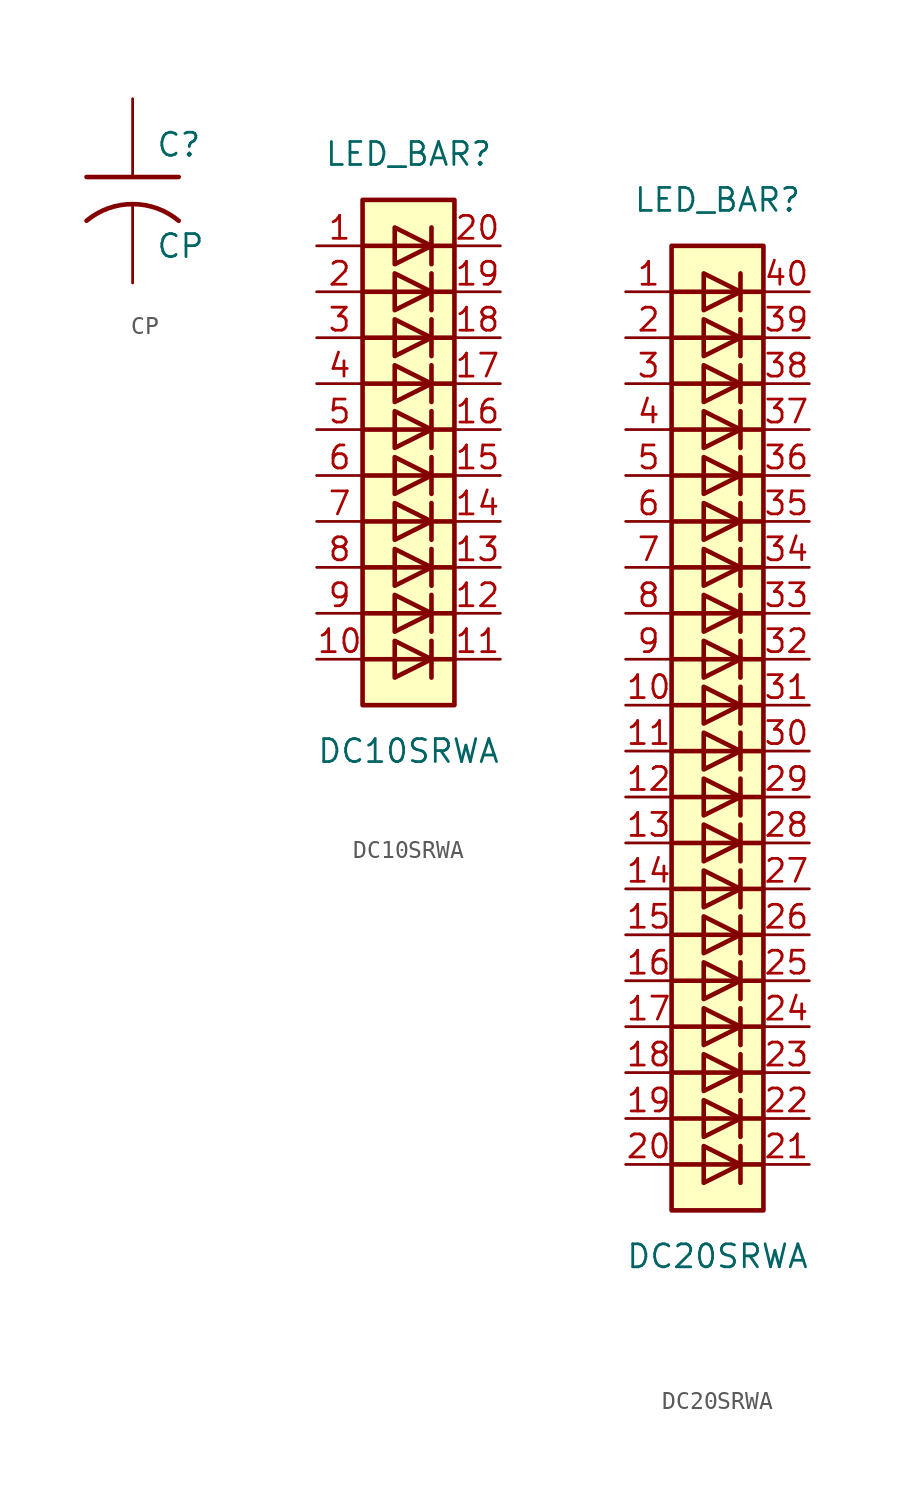
<source format=kicad_sym>
(kicad_symbol_lib
  (version 20211014)
  (generator kicad_symbol_editor)
  (symbol "CP"
    (pin_numbers hide)
    (pin_names
      (offset 0.254))
    (property "Reference" "C"
      (at 1.27 2.54 0)
      (effects (font (size 1.27 1.27)) (justify left)))
    (property "Value" "CP"
      (at 1.27 -3.048 0)
      (effects (font (size 1.27 1.27)) (justify left)))
    (property "Footprint" ""
      (at 0 0 0)
      (effects (font (size 1.524 1.524))))
    (property "Datasheet" ""
      (at 0 0 0)
      (effects (font (size 1.524 1.524))))
    (symbol "CP_0_1"
      (polyline (pts (xy -2.54 0.762) (xy 2.54 0.762)) (stroke (width 0.254) (type default) (color 0 0 0 0)) (fill (type none)))
      (arc (start 2.54 -1.651) (mid 0 -0.7314) (end -2.54 -1.651) (stroke (width 0.254) (type default) (color 0 0 0 0)) (fill (type none))))
    (symbol "CP_1_1"
      (pin passive line (at 0 5.08 270) (length 4.318) (name "~" (effects (font (size 1.016 1.016)))) (number "1" (effects (font (size 1.016 1.016)))))
      (pin passive line (at 0 -5.08 90) (length 4.318) (name "~" (effects (font (size 1.016 1.016)))) (number "2" (effects (font (size 1.016 1.016)))))))
  (symbol "DC10SRWA"
    (pin_names
      (offset 1.016) hide)
    (property "Reference" "LED_BAR"
      (at 0 15.24 0)
      (effects (font (size 1.27 1.27))))
    (property "Value" "DC10SRWA"
      (at 0 -17.78 0)
      (effects (font (size 1.27 1.27))))
    (symbol "DC10SRWA_0_1"
      (rectangle (start -2.54 12.7) (end 2.54 -15.24) (stroke (width 0.254) (type default) (color 0 0 0 0)) (fill (type background)))
      (polyline (pts (xy -2.54 -12.7) (xy 2.54 -12.7)) (stroke (width 0.254) (type default) (color 0 0 0 0)) (fill (type none)))
      (polyline (pts (xy -2.54 -10.16) (xy 2.54 -10.16)) (stroke (width 0.254) (type default) (color 0 0 0 0)) (fill (type none)))
      (polyline (pts (xy -2.54 -7.62) (xy 2.54 -7.62)) (stroke (width 0.254) (type default) (color 0 0 0 0)) (fill (type none)))
      (polyline (pts (xy -2.54 -5.08) (xy 2.54 -5.08)) (stroke (width 0.254) (type default) (color 0 0 0 0)) (fill (type none)))
      (polyline (pts (xy -2.54 0) (xy 2.54 0)) (stroke (width 0.254) (type default) (color 0 0 0 0)) (fill (type none)))
      (polyline (pts (xy -2.54 5.08) (xy 2.54 5.08)) (stroke (width 0.254) (type default) (color 0 0 0 0)) (fill (type none)))
      (polyline (pts (xy -2.54 7.62) (xy 2.54 7.62)) (stroke (width 0.254) (type default) (color 0 0 0 0)) (fill (type none)))
      (polyline (pts (xy -2.54 10.16) (xy 2.54 10.16)) (stroke (width 0.254) (type default) (color 0 0 0 0)) (fill (type none)))
      (polyline (pts (xy 1.27 -11.684) (xy 1.27 -13.716)) (stroke (width 0.254) (type default) (color 0 0 0 0)) (fill (type none)))
      (polyline (pts (xy 1.27 -9.144) (xy 1.27 -11.176)) (stroke (width 0.254) (type default) (color 0 0 0 0)) (fill (type none)))
      (polyline (pts (xy 1.27 -6.604) (xy 1.27 -8.636)) (stroke (width 0.254) (type default) (color 0 0 0 0)) (fill (type none)))
      (polyline (pts (xy 1.27 -4.064) (xy 1.27 -6.096)) (stroke (width 0.254) (type default) (color 0 0 0 0)) (fill (type none)))
      (polyline (pts (xy 1.27 -1.524) (xy 1.27 -3.556)) (stroke (width 0.254) (type default) (color 0 0 0 0)) (fill (type none)))
      (polyline (pts (xy 1.27 1.016) (xy 1.27 -1.016)) (stroke (width 0.254) (type default) (color 0 0 0 0)) (fill (type none)))
      (polyline (pts (xy 1.27 3.556) (xy 1.27 1.524)) (stroke (width 0.254) (type default) (color 0 0 0 0)) (fill (type none)))
      (polyline (pts (xy 1.27 6.096) (xy 1.27 4.064)) (stroke (width 0.254) (type default) (color 0 0 0 0)) (fill (type none)))
      (polyline (pts (xy 1.27 8.636) (xy 1.27 6.604)) (stroke (width 0.254) (type default) (color 0 0 0 0)) (fill (type none)))
      (polyline (pts (xy 1.27 11.176) (xy 1.27 9.144)) (stroke (width 0.254) (type default) (color 0 0 0 0)) (fill (type none)))
      (polyline (pts (xy 2.54 -2.54) (xy -2.54 -2.54)) (stroke (width 0.254) (type default) (color 0 0 0 0)) (fill (type none)))
      (polyline (pts (xy 2.54 2.54) (xy -2.54 2.54)) (stroke (width 0.254) (type default) (color 0 0 0 0)) (fill (type none)))
      (polyline (pts (xy -0.762 -11.684) (xy -0.762 -13.716) (xy 1.27 -12.7) (xy -0.762 -11.684)) (stroke (width 0.254) (type default) (color 0 0 0 0)) (fill (type none)))
      (polyline (pts (xy -0.762 -9.144) (xy -0.762 -11.176) (xy 1.27 -10.16) (xy -0.762 -9.144)) (stroke (width 0.254) (type default) (color 0 0 0 0)) (fill (type none)))
      (polyline (pts (xy -0.762 -6.604) (xy -0.762 -8.636) (xy 1.27 -7.62) (xy -0.762 -6.604)) (stroke (width 0.254) (type default) (color 0 0 0 0)) (fill (type none)))
      (polyline (pts (xy -0.762 -4.064) (xy -0.762 -6.096) (xy 1.27 -5.08) (xy -0.762 -4.064)) (stroke (width 0.254) (type default) (color 0 0 0 0)) (fill (type none)))
      (polyline (pts (xy -0.762 -1.524) (xy -0.762 -3.556) (xy 1.27 -2.54) (xy -0.762 -1.524)) (stroke (width 0.254) (type default) (color 0 0 0 0)) (fill (type none)))
      (polyline (pts (xy -0.762 1.016) (xy -0.762 -1.016) (xy 1.27 0) (xy -0.762 1.016)) (stroke (width 0.254) (type default) (color 0 0 0 0)) (fill (type none)))
      (polyline (pts (xy -0.762 3.556) (xy -0.762 1.524) (xy 1.27 2.54) (xy -0.762 3.556)) (stroke (width 0.254) (type default) (color 0 0 0 0)) (fill (type none)))
      (polyline (pts (xy -0.762 6.096) (xy -0.762 4.064) (xy 1.27 5.08) (xy -0.762 6.096)) (stroke (width 0.254) (type default) (color 0 0 0 0)) (fill (type none)))
      (polyline (pts (xy -0.762 8.636) (xy -0.762 6.604) (xy 1.27 7.62) (xy -0.762 8.636)) (stroke (width 0.254) (type default) (color 0 0 0 0)) (fill (type none)))
      (polyline (pts (xy -0.762 11.176) (xy -0.762 9.144) (xy 1.27 10.16) (xy -0.762 11.176)) (stroke (width 0.254) (type default) (color 0 0 0 0)) (fill (type none))))
    (symbol "DC10SRWA_1_1"
      (pin passive line (at -5.08 10.16 0) (length 2.54) (name "A" (effects (font (size 1.27 1.27)))) (number "1" (effects (font (size 1.27 1.27)))))
      (pin passive line (at -5.08 -12.7 0) (length 2.54) (name "A" (effects (font (size 1.27 1.27)))) (number "10" (effects (font (size 1.27 1.27)))))
      (pin passive line (at 5.08 -12.7 180) (length 2.54) (name "K" (effects (font (size 1.27 1.27)))) (number "11" (effects (font (size 1.27 1.27)))))
      (pin passive line (at 5.08 -10.16 180) (length 2.54) (name "K" (effects (font (size 1.27 1.27)))) (number "12" (effects (font (size 1.27 1.27)))))
      (pin passive line (at 5.08 -7.62 180) (length 2.54) (name "K" (effects (font (size 1.27 1.27)))) (number "13" (effects (font (size 1.27 1.27)))))
      (pin passive line (at 5.08 -5.08 180) (length 2.54) (name "K" (effects (font (size 1.27 1.27)))) (number "14" (effects (font (size 1.27 1.27)))))
      (pin passive line (at 5.08 -2.54 180) (length 2.54) (name "K" (effects (font (size 1.27 1.27)))) (number "15" (effects (font (size 1.27 1.27)))))
      (pin passive line (at 5.08 0 180) (length 2.54) (name "K" (effects (font (size 1.27 1.27)))) (number "16" (effects (font (size 1.27 1.27)))))
      (pin passive line (at 5.08 2.54 180) (length 2.54) (name "K" (effects (font (size 1.27 1.27)))) (number "17" (effects (font (size 1.27 1.27)))))
      (pin passive line (at 5.08 5.08 180) (length 2.54) (name "K" (effects (font (size 1.27 1.27)))) (number "18" (effects (font (size 1.27 1.27)))))
      (pin passive line (at 5.08 7.62 180) (length 2.54) (name "K" (effects (font (size 1.27 1.27)))) (number "19" (effects (font (size 1.27 1.27)))))
      (pin passive line (at -5.08 7.62 0) (length 2.54) (name "A" (effects (font (size 1.27 1.27)))) (number "2" (effects (font (size 1.27 1.27)))))
      (pin passive line (at 5.08 10.16 180) (length 2.54) (name "K" (effects (font (size 1.27 1.27)))) (number "20" (effects (font (size 1.27 1.27)))))
      (pin passive line (at -5.08 5.08 0) (length 2.54) (name "A" (effects (font (size 1.27 1.27)))) (number "3" (effects (font (size 1.27 1.27)))))
      (pin passive line (at -5.08 2.54 0) (length 2.54) (name "A" (effects (font (size 1.27 1.27)))) (number "4" (effects (font (size 1.27 1.27)))))
      (pin passive line (at -5.08 0 0) (length 2.54) (name "A" (effects (font (size 1.27 1.27)))) (number "5" (effects (font (size 1.27 1.27)))))
      (pin passive line (at -5.08 -2.54 0) (length 2.54) (name "A" (effects (font (size 1.27 1.27)))) (number "6" (effects (font (size 1.27 1.27)))))
      (pin passive line (at -5.08 -5.08 0) (length 2.54) (name "A" (effects (font (size 1.27 1.27)))) (number "7" (effects (font (size 1.27 1.27)))))
      (pin passive line (at -5.08 -7.62 0) (length 2.54) (name "A" (effects (font (size 1.27 1.27)))) (number "8" (effects (font (size 1.27 1.27)))))
      (pin passive line (at -5.08 -10.16 0) (length 2.54) (name "A" (effects (font (size 1.27 1.27)))) (number "9" (effects (font (size 1.27 1.27)))))))
  (symbol "DC20SRWA"
    (pin_names
      (offset 1.016) hide)
    (property "Reference" "LED_BAR"
      (at 0 29.21 0)
      (effects (font (size 1.27 1.27))))
    (property "Value" "DC20SRWA"
      (at 0 -29.21 0)
      (effects (font (size 1.27 1.27))))
    (symbol "DC20SRWA_0_1"
      (rectangle (start -2.54 26.67) (end 2.54 -26.67) (stroke (width 0.254) (type default) (color 0 0 0 0)) (fill (type background)))
      (polyline (pts (xy -2.54 -24.13) (xy 2.54 -24.13)) (stroke (width 0.254) (type default) (color 0 0 0 0)) (fill (type none)))
      (polyline (pts (xy -2.54 -21.59) (xy 2.54 -21.59)) (stroke (width 0.254) (type default) (color 0 0 0 0)) (fill (type none)))
      (polyline (pts (xy -2.54 -19.05) (xy 2.54 -19.05)) (stroke (width 0.254) (type default) (color 0 0 0 0)) (fill (type none)))
      (polyline (pts (xy -2.54 -16.51) (xy 2.54 -16.51)) (stroke (width 0.254) (type default) (color 0 0 0 0)) (fill (type none)))
      (polyline (pts (xy -2.54 -11.43) (xy 2.54 -11.43)) (stroke (width 0.254) (type default) (color 0 0 0 0)) (fill (type none)))
      (polyline (pts (xy -2.54 -6.35) (xy 2.54 -6.35)) (stroke (width 0.254) (type default) (color 0 0 0 0)) (fill (type none)))
      (polyline (pts (xy -2.54 -3.81) (xy 2.54 -3.81)) (stroke (width 0.254) (type default) (color 0 0 0 0)) (fill (type none)))
      (polyline (pts (xy -2.54 -1.27) (xy 2.54 -1.27)) (stroke (width 0.254) (type default) (color 0 0 0 0)) (fill (type none)))
      (polyline (pts (xy -2.54 1.27) (xy 2.54 1.27)) (stroke (width 0.254) (type default) (color 0 0 0 0)) (fill (type none)))
      (polyline (pts (xy -2.54 3.81) (xy 2.54 3.81)) (stroke (width 0.254) (type default) (color 0 0 0 0)) (fill (type none)))
      (polyline (pts (xy -2.54 6.35) (xy 2.54 6.35)) (stroke (width 0.254) (type default) (color 0 0 0 0)) (fill (type none)))
      (polyline (pts (xy -2.54 8.89) (xy 2.54 8.89)) (stroke (width 0.254) (type default) (color 0 0 0 0)) (fill (type none)))
      (polyline (pts (xy -2.54 13.97) (xy 2.54 13.97)) (stroke (width 0.254) (type default) (color 0 0 0 0)) (fill (type none)))
      (polyline (pts (xy -2.54 19.05) (xy 2.54 19.05)) (stroke (width 0.254) (type default) (color 0 0 0 0)) (fill (type none)))
      (polyline (pts (xy -2.54 21.59) (xy 2.54 21.59)) (stroke (width 0.254) (type default) (color 0 0 0 0)) (fill (type none)))
      (polyline (pts (xy -2.54 24.13) (xy 2.54 24.13)) (stroke (width 0.254) (type default) (color 0 0 0 0)) (fill (type none)))
      (polyline (pts (xy 1.27 -23.114) (xy 1.27 -25.146)) (stroke (width 0.254) (type default) (color 0 0 0 0)) (fill (type none)))
      (polyline (pts (xy 1.27 -20.574) (xy 1.27 -22.606)) (stroke (width 0.254) (type default) (color 0 0 0 0)) (fill (type none)))
      (polyline (pts (xy 1.27 -18.034) (xy 1.27 -20.066)) (stroke (width 0.254) (type default) (color 0 0 0 0)) (fill (type none)))
      (polyline (pts (xy 1.27 -15.494) (xy 1.27 -17.526)) (stroke (width 0.254) (type default) (color 0 0 0 0)) (fill (type none)))
      (polyline (pts (xy 1.27 -12.954) (xy 1.27 -14.986)) (stroke (width 0.254) (type default) (color 0 0 0 0)) (fill (type none)))
      (polyline (pts (xy 1.27 -10.414) (xy 1.27 -12.446)) (stroke (width 0.254) (type default) (color 0 0 0 0)) (fill (type none)))
      (polyline (pts (xy 1.27 -7.874) (xy 1.27 -9.906)) (stroke (width 0.254) (type default) (color 0 0 0 0)) (fill (type none)))
      (polyline (pts (xy 1.27 -5.334) (xy 1.27 -7.366)) (stroke (width 0.254) (type default) (color 0 0 0 0)) (fill (type none)))
      (polyline (pts (xy 1.27 -2.794) (xy 1.27 -4.826)) (stroke (width 0.254) (type default) (color 0 0 0 0)) (fill (type none)))
      (polyline (pts (xy 1.27 -0.254) (xy 1.27 -2.286)) (stroke (width 0.254) (type default) (color 0 0 0 0)) (fill (type none)))
      (polyline (pts (xy 1.27 2.286) (xy 1.27 0.254)) (stroke (width 0.254) (type default) (color 0 0 0 0)) (fill (type none)))
      (polyline (pts (xy 1.27 4.826) (xy 1.27 2.794)) (stroke (width 0.254) (type default) (color 0 0 0 0)) (fill (type none)))
      (polyline (pts (xy 1.27 7.366) (xy 1.27 5.334)) (stroke (width 0.254) (type default) (color 0 0 0 0)) (fill (type none)))
      (polyline (pts (xy 1.27 9.906) (xy 1.27 7.874)) (stroke (width 0.254) (type default) (color 0 0 0 0)) (fill (type none)))
      (polyline (pts (xy 1.27 12.446) (xy 1.27 10.414)) (stroke (width 0.254) (type default) (color 0 0 0 0)) (fill (type none)))
      (polyline (pts (xy 1.27 14.986) (xy 1.27 12.954)) (stroke (width 0.254) (type default) (color 0 0 0 0)) (fill (type none)))
      (polyline (pts (xy 1.27 17.526) (xy 1.27 15.494)) (stroke (width 0.254) (type default) (color 0 0 0 0)) (fill (type none)))
      (polyline (pts (xy 1.27 20.066) (xy 1.27 18.034)) (stroke (width 0.254) (type default) (color 0 0 0 0)) (fill (type none)))
      (polyline (pts (xy 1.27 22.606) (xy 1.27 20.574)) (stroke (width 0.254) (type default) (color 0 0 0 0)) (fill (type none)))
      (polyline (pts (xy 1.27 25.146) (xy 1.27 23.114)) (stroke (width 0.254) (type default) (color 0 0 0 0)) (fill (type none)))
      (polyline (pts (xy 2.54 -13.97) (xy -2.54 -13.97)) (stroke (width 0.254) (type default) (color 0 0 0 0)) (fill (type none)))
      (polyline (pts (xy 2.54 -8.89) (xy -2.54 -8.89)) (stroke (width 0.254) (type default) (color 0 0 0 0)) (fill (type none)))
      (polyline (pts (xy 2.54 11.43) (xy -2.54 11.43)) (stroke (width 0.254) (type default) (color 0 0 0 0)) (fill (type none)))
      (polyline (pts (xy 2.54 16.51) (xy -2.54 16.51)) (stroke (width 0.254) (type default) (color 0 0 0 0)) (fill (type none)))
      (polyline (pts (xy -0.762 -23.114) (xy -0.762 -25.146) (xy 1.27 -24.13) (xy -0.762 -23.114)) (stroke (width 0.254) (type default) (color 0 0 0 0)) (fill (type none)))
      (polyline (pts (xy -0.762 -20.574) (xy -0.762 -22.606) (xy 1.27 -21.59) (xy -0.762 -20.574)) (stroke (width 0.254) (type default) (color 0 0 0 0)) (fill (type none)))
      (polyline (pts (xy -0.762 -18.034) (xy -0.762 -20.066) (xy 1.27 -19.05) (xy -0.762 -18.034)) (stroke (width 0.254) (type default) (color 0 0 0 0)) (fill (type none)))
      (polyline (pts (xy -0.762 -15.494) (xy -0.762 -17.526) (xy 1.27 -16.51) (xy -0.762 -15.494)) (stroke (width 0.254) (type default) (color 0 0 0 0)) (fill (type none)))
      (polyline (pts (xy -0.762 -12.954) (xy -0.762 -14.986) (xy 1.27 -13.97) (xy -0.762 -12.954)) (stroke (width 0.254) (type default) (color 0 0 0 0)) (fill (type none)))
      (polyline (pts (xy -0.762 -10.414) (xy -0.762 -12.446) (xy 1.27 -11.43) (xy -0.762 -10.414)) (stroke (width 0.254) (type default) (color 0 0 0 0)) (fill (type none)))
      (polyline (pts (xy -0.762 -7.874) (xy -0.762 -9.906) (xy 1.27 -8.89) (xy -0.762 -7.874)) (stroke (width 0.254) (type default) (color 0 0 0 0)) (fill (type none)))
      (polyline (pts (xy -0.762 -5.334) (xy -0.762 -7.366) (xy 1.27 -6.35) (xy -0.762 -5.334)) (stroke (width 0.254) (type default) (color 0 0 0 0)) (fill (type none)))
      (polyline (pts (xy -0.762 -2.794) (xy -0.762 -4.826) (xy 1.27 -3.81) (xy -0.762 -2.794)) (stroke (width 0.254) (type default) (color 0 0 0 0)) (fill (type none)))
      (polyline (pts (xy -0.762 -0.254) (xy -0.762 -2.286) (xy 1.27 -1.27) (xy -0.762 -0.254)) (stroke (width 0.254) (type default) (color 0 0 0 0)) (fill (type none)))
      (polyline (pts (xy -0.762 2.286) (xy -0.762 0.254) (xy 1.27 1.27) (xy -0.762 2.286)) (stroke (width 0.254) (type default) (color 0 0 0 0)) (fill (type none)))
      (polyline (pts (xy -0.762 4.826) (xy -0.762 2.794) (xy 1.27 3.81) (xy -0.762 4.826)) (stroke (width 0.254) (type default) (color 0 0 0 0)) (fill (type none)))
      (polyline (pts (xy -0.762 7.366) (xy -0.762 5.334) (xy 1.27 6.35) (xy -0.762 7.366)) (stroke (width 0.254) (type default) (color 0 0 0 0)) (fill (type none)))
      (polyline (pts (xy -0.762 9.906) (xy -0.762 7.874) (xy 1.27 8.89) (xy -0.762 9.906)) (stroke (width 0.254) (type default) (color 0 0 0 0)) (fill (type none)))
      (polyline (pts (xy -0.762 12.446) (xy -0.762 10.414) (xy 1.27 11.43) (xy -0.762 12.446)) (stroke (width 0.254) (type default) (color 0 0 0 0)) (fill (type none)))
      (polyline (pts (xy -0.762 14.986) (xy -0.762 12.954) (xy 1.27 13.97) (xy -0.762 14.986)) (stroke (width 0.254) (type default) (color 0 0 0 0)) (fill (type none)))
      (polyline (pts (xy -0.762 17.526) (xy -0.762 15.494) (xy 1.27 16.51) (xy -0.762 17.526)) (stroke (width 0.254) (type default) (color 0 0 0 0)) (fill (type none)))
      (polyline (pts (xy -0.762 20.066) (xy -0.762 18.034) (xy 1.27 19.05) (xy -0.762 20.066)) (stroke (width 0.254) (type default) (color 0 0 0 0)) (fill (type none)))
      (polyline (pts (xy -0.762 22.606) (xy -0.762 20.574) (xy 1.27 21.59) (xy -0.762 22.606)) (stroke (width 0.254) (type default) (color 0 0 0 0)) (fill (type none)))
      (polyline (pts (xy -0.762 25.146) (xy -0.762 23.114) (xy 1.27 24.13) (xy -0.762 25.146)) (stroke (width 0.254) (type default) (color 0 0 0 0)) (fill (type none))))
    (symbol "DC20SRWA_1_1"
      (pin passive line (at -5.08 24.13 0) (length 2.54) (name "A" (effects (font (size 1.27 1.27)))) (number "1" (effects (font (size 1.27 1.27)))))
      (pin passive line (at -5.08 1.27 0) (length 2.54) (name "A" (effects (font (size 1.27 1.27)))) (number "10" (effects (font (size 1.27 1.27)))))
      (pin passive line (at -5.08 -1.27 0) (length 2.54) (name "A" (effects (font (size 1.27 1.27)))) (number "11" (effects (font (size 1.27 1.27)))))
      (pin passive line (at -5.08 -3.81 0) (length 2.54) (name "A" (effects (font (size 1.27 1.27)))) (number "12" (effects (font (size 1.27 1.27)))))
      (pin passive line (at -5.08 -6.35 0) (length 2.54) (name "A" (effects (font (size 1.27 1.27)))) (number "13" (effects (font (size 1.27 1.27)))))
      (pin passive line (at -5.08 -8.89 0) (length 2.54) (name "A" (effects (font (size 1.27 1.27)))) (number "14" (effects (font (size 1.27 1.27)))))
      (pin passive line (at -5.08 -11.43 0) (length 2.54) (name "A" (effects (font (size 1.27 1.27)))) (number "15" (effects (font (size 1.27 1.27)))))
      (pin passive line (at -5.08 -13.97 0) (length 2.54) (name "A" (effects (font (size 1.27 1.27)))) (number "16" (effects (font (size 1.27 1.27)))))
      (pin passive line (at -5.08 -16.51 0) (length 2.54) (name "A" (effects (font (size 1.27 1.27)))) (number "17" (effects (font (size 1.27 1.27)))))
      (pin passive line (at -5.08 -19.05 0) (length 2.54) (name "A" (effects (font (size 1.27 1.27)))) (number "18" (effects (font (size 1.27 1.27)))))
      (pin passive line (at -5.08 -21.59 0) (length 2.54) (name "A" (effects (font (size 1.27 1.27)))) (number "19" (effects (font (size 1.27 1.27)))))
      (pin passive line (at -5.08 21.59 0) (length 2.54) (name "A" (effects (font (size 1.27 1.27)))) (number "2" (effects (font (size 1.27 1.27)))))
      (pin passive line (at -5.08 -24.13 0) (length 2.54) (name "A" (effects (font (size 1.27 1.27)))) (number "20" (effects (font (size 1.27 1.27)))))
      (pin passive line (at 5.08 -24.13 180) (length 2.54) (name "K" (effects (font (size 1.27 1.27)))) (number "21" (effects (font (size 1.27 1.27)))))
      (pin passive line (at 5.08 -21.59 180) (length 2.54) (name "K" (effects (font (size 1.27 1.27)))) (number "22" (effects (font (size 1.27 1.27)))))
      (pin passive line (at 5.08 -19.05 180) (length 2.54) (name "K" (effects (font (size 1.27 1.27)))) (number "23" (effects (font (size 1.27 1.27)))))
      (pin passive line (at 5.08 -16.51 180) (length 2.54) (name "K" (effects (font (size 1.27 1.27)))) (number "24" (effects (font (size 1.27 1.27)))))
      (pin passive line (at 5.08 -13.97 180) (length 2.54) (name "K" (effects (font (size 1.27 1.27)))) (number "25" (effects (font (size 1.27 1.27)))))
      (pin passive line (at 5.08 -11.43 180) (length 2.54) (name "K" (effects (font (size 1.27 1.27)))) (number "26" (effects (font (size 1.27 1.27)))))
      (pin passive line (at 5.08 -8.89 180) (length 2.54) (name "K" (effects (font (size 1.27 1.27)))) (number "27" (effects (font (size 1.27 1.27)))))
      (pin passive line (at 5.08 -6.35 180) (length 2.54) (name "K" (effects (font (size 1.27 1.27)))) (number "28" (effects (font (size 1.27 1.27)))))
      (pin passive line (at 5.08 -3.81 180) (length 2.54) (name "K" (effects (font (size 1.27 1.27)))) (number "29" (effects (font (size 1.27 1.27)))))
      (pin passive line (at -5.08 19.05 0) (length 2.54) (name "A" (effects (font (size 1.27 1.27)))) (number "3" (effects (font (size 1.27 1.27)))))
      (pin passive line (at 5.08 -1.27 180) (length 2.54) (name "K" (effects (font (size 1.27 1.27)))) (number "30" (effects (font (size 1.27 1.27)))))
      (pin passive line (at 5.08 1.27 180) (length 2.54) (name "K" (effects (font (size 1.27 1.27)))) (number "31" (effects (font (size 1.27 1.27)))))
      (pin passive line (at 5.08 3.81 180) (length 2.54) (name "K" (effects (font (size 1.27 1.27)))) (number "32" (effects (font (size 1.27 1.27)))))
      (pin passive line (at 5.08 6.35 180) (length 2.54) (name "K" (effects (font (size 1.27 1.27)))) (number "33" (effects (font (size 1.27 1.27)))))
      (pin passive line (at 5.08 8.89 180) (length 2.54) (name "K" (effects (font (size 1.27 1.27)))) (number "34" (effects (font (size 1.27 1.27)))))
      (pin passive line (at 5.08 11.43 180) (length 2.54) (name "K" (effects (font (size 1.27 1.27)))) (number "35" (effects (font (size 1.27 1.27)))))
      (pin passive line (at 5.08 13.97 180) (length 2.54) (name "K" (effects (font (size 1.27 1.27)))) (number "36" (effects (font (size 1.27 1.27)))))
      (pin passive line (at 5.08 16.51 180) (length 2.54) (name "K" (effects (font (size 1.27 1.27)))) (number "37" (effects (font (size 1.27 1.27)))))
      (pin passive line (at 5.08 19.05 180) (length 2.54) (name "K" (effects (font (size 1.27 1.27)))) (number "38" (effects (font (size 1.27 1.27)))))
      (pin passive line (at 5.08 21.59 180) (length 2.54) (name "K" (effects (font (size 1.27 1.27)))) (number "39" (effects (font (size 1.27 1.27)))))
      (pin passive line (at -5.08 16.51 0) (length 2.54) (name "A" (effects (font (size 1.27 1.27)))) (number "4" (effects (font (size 1.27 1.27)))))
      (pin passive line (at 5.08 24.13 180) (length 2.54) (name "K" (effects (font (size 1.27 1.27)))) (number "40" (effects (font (size 1.27 1.27)))))
      (pin passive line (at -5.08 13.97 0) (length 2.54) (name "A" (effects (font (size 1.27 1.27)))) (number "5" (effects (font (size 1.27 1.27)))))
      (pin passive line (at -5.08 11.43 0) (length 2.54) (name "A" (effects (font (size 1.27 1.27)))) (number "6" (effects (font (size 1.27 1.27)))))
      (pin passive line (at -5.08 8.89 0) (length 2.54) (name "A" (effects (font (size 1.27 1.27)))) (number "7" (effects (font (size 1.27 1.27)))))
      (pin passive line (at -5.08 6.35 0) (length 2.54) (name "A" (effects (font (size 1.27 1.27)))) (number "8" (effects (font (size 1.27 1.27)))))
      (pin passive line (at -5.08 3.81 0) (length 2.54) (name "A" (effects (font (size 1.27 1.27)))) (number "9" (effects (font (size 1.27 1.27))))))))
</source>
